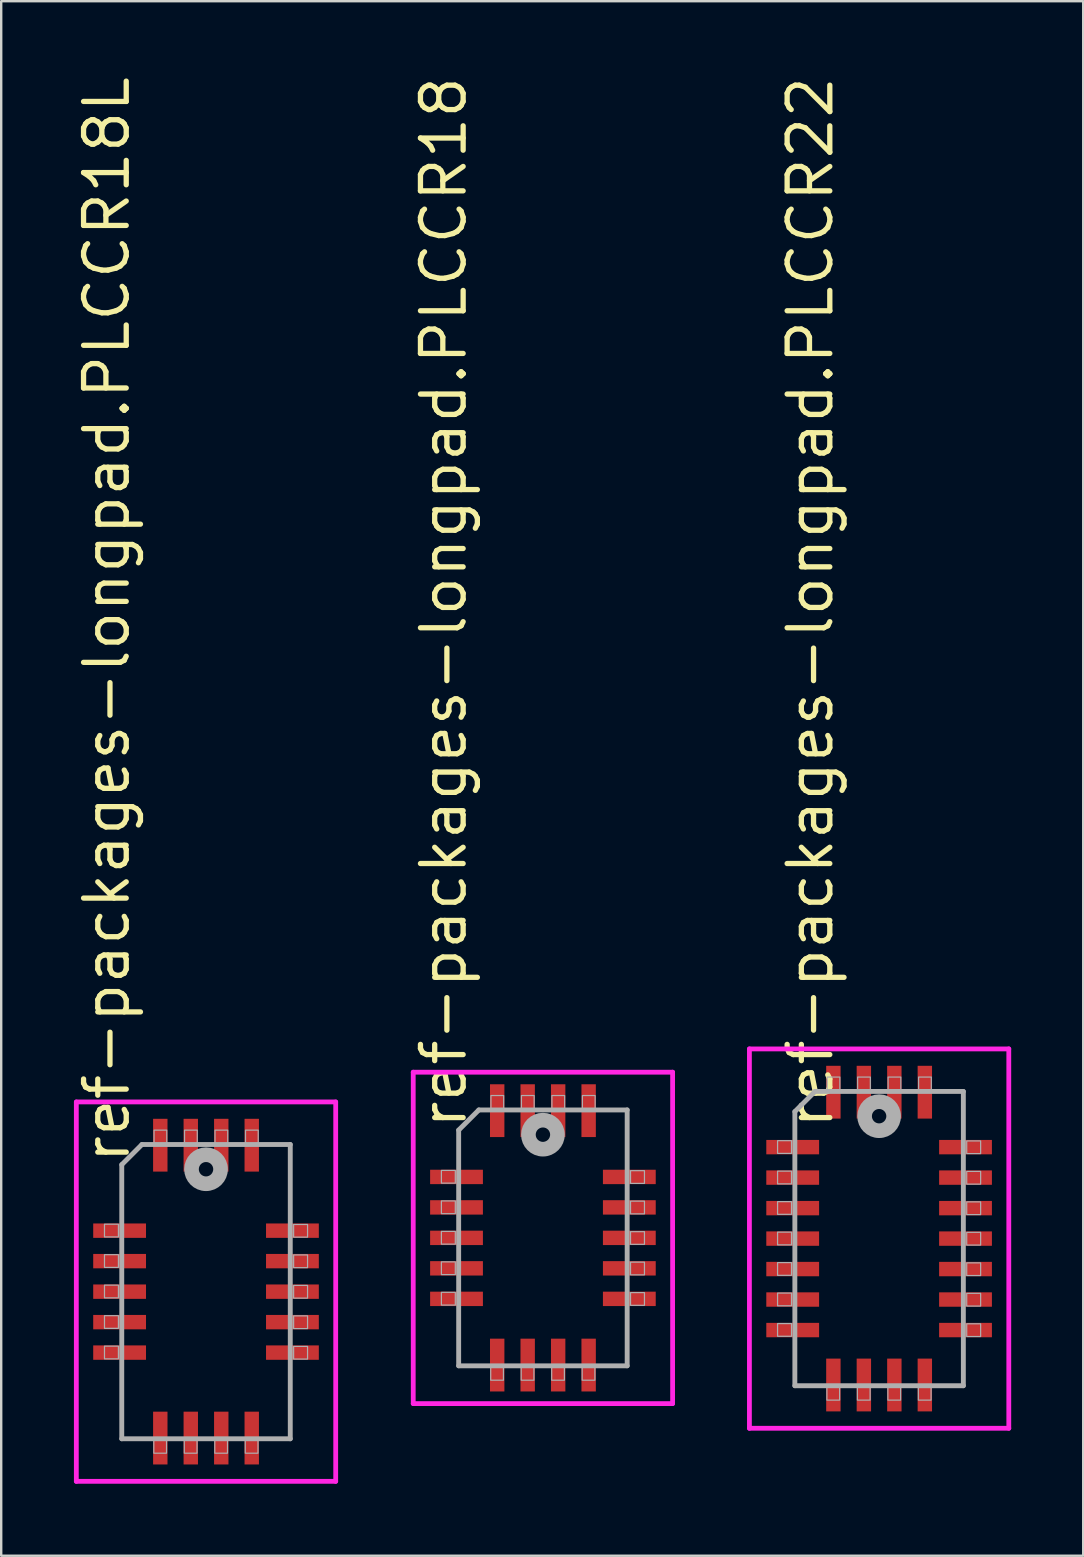
<source format=kicad_pcb>
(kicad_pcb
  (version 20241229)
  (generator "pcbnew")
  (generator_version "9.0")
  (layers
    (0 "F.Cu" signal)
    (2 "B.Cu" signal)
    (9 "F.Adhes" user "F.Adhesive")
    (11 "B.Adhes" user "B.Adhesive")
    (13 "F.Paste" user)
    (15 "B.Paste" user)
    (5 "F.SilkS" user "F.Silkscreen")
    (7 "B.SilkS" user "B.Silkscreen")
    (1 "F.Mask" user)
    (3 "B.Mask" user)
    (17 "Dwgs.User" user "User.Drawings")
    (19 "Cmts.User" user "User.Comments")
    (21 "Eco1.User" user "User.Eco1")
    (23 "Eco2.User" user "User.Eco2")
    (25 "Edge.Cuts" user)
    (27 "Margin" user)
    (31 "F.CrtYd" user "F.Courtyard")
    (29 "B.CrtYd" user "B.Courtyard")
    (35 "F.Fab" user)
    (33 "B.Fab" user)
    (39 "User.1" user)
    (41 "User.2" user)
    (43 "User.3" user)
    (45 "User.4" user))
  (footprint "ref-packages-longpad.PLCCR18L"
    (layer "F.Cu")
    (at 5.533 50.762)
    (property "Reference" "ref-packages-longpad.PLCCR18L" (at -3.095 -5.245 270) (layer "F.SilkS") (effects (font (size 1.778 1.778) (thickness 0.22)) (justify left bottom)))
    (attr smd)
    (fp_line (start -5.403 -7.903) (end 5.403 -7.903) (stroke (width 0.2) (type default)) (layer "F.CrtYd"))
    (fp_line (start -5.403 7.903) (end -5.403 -7.903) (stroke (width 0.2) (type default)) (layer "F.CrtYd"))
    (fp_line (start 5.403 -7.903) (end 5.403 7.903) (stroke (width 0.2) (type default)) (layer "F.CrtYd"))
    (fp_line (start 5.403 7.903) (end -5.403 7.903) (stroke (width 0.2) (type default)) (layer "F.CrtYd"))
    (fp_line (start -3.51 -5.29) (end -3.51 6.13) (stroke (width 0.203) (type default)) (layer "F.Fab"))
    (fp_line (start -3.51 6.13) (end 3.51 6.13) (stroke (width 0.203) (type default)) (layer "F.Fab"))
    (fp_line (start -2.67 -6.13) (end -3.51 -5.29) (stroke (width 0.203) (type default)) (layer "F.Fab"))
    (fp_line (start 3.51 -6.13) (end -2.67 -6.13) (stroke (width 0.203) (type default)) (layer "F.Fab"))
    (fp_line (start 3.51 6.13) (end 3.51 -6.13) (stroke (width 0.203) (type default)) (layer "F.Fab"))
    (fp_rect (start -4.23 -2.28) (end -3.65 -2.81) (stroke (width 0.05) (type default)) (fill no) (layer "F.Fab"))
    (fp_rect (start -4.23 -1.01) (end -3.65 -1.54) (stroke (width 0.05) (type default)) (fill no) (layer "F.Fab"))
    (fp_rect (start -4.23 0.26) (end -3.65 -0.27) (stroke (width 0.05) (type default)) (fill no) (layer "F.Fab"))
    (fp_rect (start -4.23 1.53) (end -3.65 1) (stroke (width 0.05) (type default)) (fill no) (layer "F.Fab"))
    (fp_rect (start -4.23 2.8) (end -3.65 2.27) (stroke (width 0.05) (type default)) (fill no) (layer "F.Fab"))
    (fp_rect (start -2.175 6.73) (end -1.645 6.15) (stroke (width 0.05) (type default)) (fill no) (layer "F.Fab"))
    (fp_rect (start -2.165 -6.15) (end -1.635 -6.73) (stroke (width 0.05) (type default)) (fill no) (layer "F.Fab"))
    (fp_rect (start -0.905 6.73) (end -0.375 6.15) (stroke (width 0.05) (type default)) (fill no) (layer "F.Fab"))
    (fp_rect (start -0.895 -6.15) (end -0.365 -6.73) (stroke (width 0.05) (type default)) (fill no) (layer "F.Fab"))
    (fp_rect (start 0.365 6.73) (end 0.895 6.15) (stroke (width 0.05) (type default)) (fill no) (layer "F.Fab"))
    (fp_rect (start 0.375 -6.15) (end 0.905 -6.73) (stroke (width 0.05) (type default)) (fill no) (layer "F.Fab"))
    (fp_rect (start 1.635 6.73) (end 2.165 6.15) (stroke (width 0.05) (type default)) (fill no) (layer "F.Fab"))
    (fp_rect (start 1.645 -6.15) (end 2.175 -6.73) (stroke (width 0.05) (type default)) (fill no) (layer "F.Fab"))
    (fp_rect (start 3.65 -2.27) (end 4.23 -2.8) (stroke (width 0.05) (type default)) (fill no) (layer "F.Fab"))
    (fp_rect (start 3.65 -1) (end 4.23 -1.53) (stroke (width 0.05) (type default)) (fill no) (layer "F.Fab"))
    (fp_rect (start 3.65 0.27) (end 4.23 -0.26) (stroke (width 0.05) (type default)) (fill no) (layer "F.Fab"))
    (fp_rect (start 3.65 1.54) (end 4.23 1.01) (stroke (width 0.05) (type default)) (fill no) (layer "F.Fab"))
    (fp_rect (start 3.65 2.81) (end 4.23 2.28) (stroke (width 0.05) (type default)) (fill no) (layer "F.Fab"))
    (fp_circle (center 0 -5.1) (end 0.3 -5.1) (stroke (width 0.61) (type default)) (fill no) (layer "F.Fab"))
    (pad "1" smd roundrect (at -0.635 -6.1) (size 0.6 2.2) (layers "F.Cu" "F.Mask" "F.Paste") (roundrect_rratio 0.01))
    (pad "2" smd roundrect (at -1.905 -6.1) (size 0.6 2.2) (layers "F.Cu" "F.Mask" "F.Paste") (roundrect_rratio 0.01))
    (pad "3" smd roundrect (at -3.6 -2.54) (size 2.2 0.6) (layers "F.Cu" "F.Mask" "F.Paste") (roundrect_rratio 0.01))
    (pad "4" smd roundrect (at -3.6 -1.27) (size 2.2 0.6) (layers "F.Cu" "F.Mask" "F.Paste") (roundrect_rratio 0.01))
    (pad "5" smd roundrect (at -3.6 0) (size 2.2 0.6) (layers "F.Cu" "F.Mask" "F.Paste") (roundrect_rratio 0.01))
    (pad "6" smd roundrect (at -3.6 1.27) (size 2.2 0.6) (layers "F.Cu" "F.Mask" "F.Paste") (roundrect_rratio 0.01))
    (pad "7" smd roundrect (at -3.6 2.54) (size 2.2 0.6) (layers "F.Cu" "F.Mask" "F.Paste") (roundrect_rratio 0.01))
    (pad "8" smd roundrect (at -1.905 6.1) (size 0.6 2.2) (layers "F.Cu" "F.Mask" "F.Paste") (roundrect_rratio 0.01))
    (pad "9" smd roundrect (at -0.635 6.1) (size 0.6 2.2) (layers "F.Cu" "F.Mask" "F.Paste") (roundrect_rratio 0.01))
    (pad "10" smd roundrect (at 0.635 6.1) (size 0.6 2.2) (layers "F.Cu" "F.Mask" "F.Paste") (roundrect_rratio 0.01))
    (pad "11" smd roundrect (at 1.905 6.1) (size 0.6 2.2) (layers "F.Cu" "F.Mask" "F.Paste") (roundrect_rratio 0.01))
    (pad "12" smd roundrect (at 3.6 2.54) (size 2.2 0.6) (layers "F.Cu" "F.Mask" "F.Paste") (roundrect_rratio 0.01))
    (pad "13" smd roundrect (at 3.6 1.27) (size 2.2 0.6) (layers "F.Cu" "F.Mask" "F.Paste") (roundrect_rratio 0.01))
    (pad "14" smd roundrect (at 3.6 0) (size 2.2 0.6) (layers "F.Cu" "F.Mask" "F.Paste") (roundrect_rratio 0.01))
    (pad "15" smd roundrect (at 3.6 -1.27) (size 2.2 0.6) (layers "F.Cu" "F.Mask" "F.Paste") (roundrect_rratio 0.01))
    (pad "16" smd roundrect (at 3.6 -2.54) (size 2.2 0.6) (layers "F.Cu" "F.Mask" "F.Paste") (roundrect_rratio 0.01))
    (pad "17" smd roundrect (at 1.905 -6.1) (size 0.6 2.2) (layers "F.Cu" "F.Mask" "F.Paste") (roundrect_rratio 0.01))
    (pad "18" smd roundrect (at 0.635 -6.1) (size 0.6 2.2) (layers "F.Cu" "F.Mask" "F.Paste") (roundrect_rratio 0.01)))
  (footprint "ref-packages-longpad.PLCCR18"
    (layer "F.Cu")
    (at 19.569 48.522)
    (property "Reference" "ref-packages-longpad.PLCCR18" (at -3.095 -4.445 270) (layer "F.SilkS") (effects (font (size 1.778 1.778) (thickness 0.22)) (justify left bottom)))
    (attr smd)
    (fp_line (start -5.403 -6.903) (end 5.403 -6.903) (stroke (width 0.2) (type default)) (layer "F.CrtYd"))
    (fp_line (start -5.403 6.903) (end -5.403 -6.903) (stroke (width 0.2) (type default)) (layer "F.CrtYd"))
    (fp_line (start 5.403 -6.903) (end 5.403 6.903) (stroke (width 0.2) (type default)) (layer "F.CrtYd"))
    (fp_line (start 5.403 6.903) (end -5.403 6.903) (stroke (width 0.2) (type default)) (layer "F.CrtYd"))
    (fp_line (start -3.51 -4.49) (end -3.51 5.33) (stroke (width 0.203) (type default)) (layer "F.Fab"))
    (fp_line (start -3.51 5.33) (end 3.51 5.33) (stroke (width 0.203) (type default)) (layer "F.Fab"))
    (fp_line (start -2.67 -5.33) (end -3.51 -4.49) (stroke (width 0.203) (type default)) (layer "F.Fab"))
    (fp_line (start 3.51 -5.33) (end -2.67 -5.33) (stroke (width 0.203) (type default)) (layer "F.Fab"))
    (fp_line (start 3.51 5.33) (end 3.51 -5.33) (stroke (width 0.203) (type default)) (layer "F.Fab"))
    (fp_rect (start -4.23 -2.28) (end -3.65 -2.81) (stroke (width 0.05) (type default)) (fill no) (layer "F.Fab"))
    (fp_rect (start -4.23 -1.01) (end -3.65 -1.54) (stroke (width 0.05) (type default)) (fill no) (layer "F.Fab"))
    (fp_rect (start -4.23 0.26) (end -3.65 -0.27) (stroke (width 0.05) (type default)) (fill no) (layer "F.Fab"))
    (fp_rect (start -4.23 1.53) (end -3.65 1) (stroke (width 0.05) (type default)) (fill no) (layer "F.Fab"))
    (fp_rect (start -4.23 2.8) (end -3.65 2.27) (stroke (width 0.05) (type default)) (fill no) (layer "F.Fab"))
    (fp_rect (start -2.175 5.93) (end -1.645 5.35) (stroke (width 0.05) (type default)) (fill no) (layer "F.Fab"))
    (fp_rect (start -2.165 -5.35) (end -1.635 -5.93) (stroke (width 0.05) (type default)) (fill no) (layer "F.Fab"))
    (fp_rect (start -0.905 5.93) (end -0.375 5.35) (stroke (width 0.05) (type default)) (fill no) (layer "F.Fab"))
    (fp_rect (start -0.895 -5.35) (end -0.365 -5.93) (stroke (width 0.05) (type default)) (fill no) (layer "F.Fab"))
    (fp_rect (start 0.365 5.93) (end 0.895 5.35) (stroke (width 0.05) (type default)) (fill no) (layer "F.Fab"))
    (fp_rect (start 0.375 -5.35) (end 0.905 -5.93) (stroke (width 0.05) (type default)) (fill no) (layer "F.Fab"))
    (fp_rect (start 1.635 5.93) (end 2.165 5.35) (stroke (width 0.05) (type default)) (fill no) (layer "F.Fab"))
    (fp_rect (start 1.645 -5.35) (end 2.175 -5.93) (stroke (width 0.05) (type default)) (fill no) (layer "F.Fab"))
    (fp_rect (start 3.65 -2.27) (end 4.23 -2.8) (stroke (width 0.05) (type default)) (fill no) (layer "F.Fab"))
    (fp_rect (start 3.65 -1) (end 4.23 -1.53) (stroke (width 0.05) (type default)) (fill no) (layer "F.Fab"))
    (fp_rect (start 3.65 0.27) (end 4.23 -0.26) (stroke (width 0.05) (type default)) (fill no) (layer "F.Fab"))
    (fp_rect (start 3.65 1.54) (end 4.23 1.01) (stroke (width 0.05) (type default)) (fill no) (layer "F.Fab"))
    (fp_rect (start 3.65 2.81) (end 4.23 2.28) (stroke (width 0.05) (type default)) (fill no) (layer "F.Fab"))
    (fp_circle (center 0 -4.3) (end 0.3 -4.3) (stroke (width 0.61) (type default)) (fill no) (layer "F.Fab"))
    (pad "1" smd roundrect (at -0.635 -5.3) (size 0.6 2.2) (layers "F.Cu" "F.Mask" "F.Paste") (roundrect_rratio 0.01))
    (pad "2" smd roundrect (at -1.905 -5.3) (size 0.6 2.2) (layers "F.Cu" "F.Mask" "F.Paste") (roundrect_rratio 0.01))
    (pad "3" smd roundrect (at -3.6 -2.54) (size 2.2 0.6) (layers "F.Cu" "F.Mask" "F.Paste") (roundrect_rratio 0.01))
    (pad "4" smd roundrect (at -3.6 -1.27) (size 2.2 0.6) (layers "F.Cu" "F.Mask" "F.Paste") (roundrect_rratio 0.01))
    (pad "5" smd roundrect (at -3.6 0) (size 2.2 0.6) (layers "F.Cu" "F.Mask" "F.Paste") (roundrect_rratio 0.01))
    (pad "6" smd roundrect (at -3.6 1.27) (size 2.2 0.6) (layers "F.Cu" "F.Mask" "F.Paste") (roundrect_rratio 0.01))
    (pad "7" smd roundrect (at -3.6 2.54) (size 2.2 0.6) (layers "F.Cu" "F.Mask" "F.Paste") (roundrect_rratio 0.01))
    (pad "8" smd roundrect (at -1.905 5.3) (size 0.6 2.2) (layers "F.Cu" "F.Mask" "F.Paste") (roundrect_rratio 0.01))
    (pad "9" smd roundrect (at -0.635 5.3) (size 0.6 2.2) (layers "F.Cu" "F.Mask" "F.Paste") (roundrect_rratio 0.01))
    (pad "10" smd roundrect (at 0.635 5.3) (size 0.6 2.2) (layers "F.Cu" "F.Mask" "F.Paste") (roundrect_rratio 0.01))
    (pad "11" smd roundrect (at 1.905 5.3) (size 0.6 2.2) (layers "F.Cu" "F.Mask" "F.Paste") (roundrect_rratio 0.01))
    (pad "12" smd roundrect (at 3.6 2.54) (size 2.2 0.6) (layers "F.Cu" "F.Mask" "F.Paste") (roundrect_rratio 0.01))
    (pad "13" smd roundrect (at 3.6 1.27) (size 2.2 0.6) (layers "F.Cu" "F.Mask" "F.Paste") (roundrect_rratio 0.01))
    (pad "14" smd roundrect (at 3.6 0) (size 2.2 0.6) (layers "F.Cu" "F.Mask" "F.Paste") (roundrect_rratio 0.01))
    (pad "15" smd roundrect (at 3.6 -1.27) (size 2.2 0.6) (layers "F.Cu" "F.Mask" "F.Paste") (roundrect_rratio 0.01))
    (pad "16" smd roundrect (at 3.6 -2.54) (size 2.2 0.6) (layers "F.Cu" "F.Mask" "F.Paste") (roundrect_rratio 0.01))
    (pad "17" smd roundrect (at 1.905 -5.3) (size 0.6 2.2) (layers "F.Cu" "F.Mask" "F.Paste") (roundrect_rratio 0.01))
    (pad "18" smd roundrect (at 0.635 -5.3) (size 0.6 2.2) (layers "F.Cu" "F.Mask" "F.Paste") (roundrect_rratio 0.01)))
  (footprint "ref-packages-longpad.PLCCR22"
    (layer "F.Cu")
    (at 33.575 48.552)
    (property "Reference" "ref-packages-longpad.PLCCR22" (at -1.825 -4.475 270) (layer "F.SilkS") (effects (font (size 1.778 1.778) (thickness 0.22)) (justify left bottom)))
    (attr smd)
    (fp_line (start -5.403 -7.903) (end 5.403 -7.903) (stroke (width 0.2) (type default)) (layer "F.CrtYd"))
    (fp_line (start -5.403 7.903) (end -5.403 -7.903) (stroke (width 0.2) (type default)) (layer "F.CrtYd"))
    (fp_line (start 5.403 -7.903) (end 5.403 7.903) (stroke (width 0.2) (type default)) (layer "F.CrtYd"))
    (fp_line (start 5.403 7.903) (end -5.403 7.903) (stroke (width 0.2) (type default)) (layer "F.CrtYd"))
    (fp_line (start -3.51 -5.29) (end -3.51 6.13) (stroke (width 0.203) (type default)) (layer "F.Fab"))
    (fp_line (start -3.51 6.13) (end 3.51 6.13) (stroke (width 0.203) (type default)) (layer "F.Fab"))
    (fp_line (start -2.67 -6.13) (end -3.51 -5.29) (stroke (width 0.203) (type default)) (layer "F.Fab"))
    (fp_line (start 3.51 -6.13) (end -2.67 -6.13) (stroke (width 0.203) (type default)) (layer "F.Fab"))
    (fp_line (start 3.51 6.13) (end 3.51 -6.13) (stroke (width 0.203) (type default)) (layer "F.Fab"))
    (fp_rect (start -4.23 -3.55) (end -3.65 -4.08) (stroke (width 0.05) (type default)) (fill no) (layer "F.Fab"))
    (fp_rect (start -4.23 -2.28) (end -3.65 -2.81) (stroke (width 0.05) (type default)) (fill no) (layer "F.Fab"))
    (fp_rect (start -4.23 -1.01) (end -3.65 -1.54) (stroke (width 0.05) (type default)) (fill no) (layer "F.Fab"))
    (fp_rect (start -4.23 0.26) (end -3.65 -0.27) (stroke (width 0.05) (type default)) (fill no) (layer "F.Fab"))
    (fp_rect (start -4.23 1.53) (end -3.65 1) (stroke (width 0.05) (type default)) (fill no) (layer "F.Fab"))
    (fp_rect (start -4.23 2.8) (end -3.65 2.27) (stroke (width 0.05) (type default)) (fill no) (layer "F.Fab"))
    (fp_rect (start -4.23 4.07) (end -3.65 3.54) (stroke (width 0.05) (type default)) (fill no) (layer "F.Fab"))
    (fp_rect (start -2.175 6.73) (end -1.645 6.15) (stroke (width 0.05) (type default)) (fill no) (layer "F.Fab"))
    (fp_rect (start -2.165 -6.15) (end -1.635 -6.73) (stroke (width 0.05) (type default)) (fill no) (layer "F.Fab"))
    (fp_rect (start -0.905 6.73) (end -0.375 6.15) (stroke (width 0.05) (type default)) (fill no) (layer "F.Fab"))
    (fp_rect (start -0.895 -6.15) (end -0.365 -6.73) (stroke (width 0.05) (type default)) (fill no) (layer "F.Fab"))
    (fp_rect (start 0.365 6.73) (end 0.895 6.15) (stroke (width 0.05) (type default)) (fill no) (layer "F.Fab"))
    (fp_rect (start 0.375 -6.15) (end 0.905 -6.73) (stroke (width 0.05) (type default)) (fill no) (layer "F.Fab"))
    (fp_rect (start 1.635 6.73) (end 2.165 6.15) (stroke (width 0.05) (type default)) (fill no) (layer "F.Fab"))
    (fp_rect (start 1.645 -6.15) (end 2.175 -6.73) (stroke (width 0.05) (type default)) (fill no) (layer "F.Fab"))
    (fp_rect (start 3.65 -3.54) (end 4.23 -4.07) (stroke (width 0.05) (type default)) (fill no) (layer "F.Fab"))
    (fp_rect (start 3.65 -2.27) (end 4.23 -2.8) (stroke (width 0.05) (type default)) (fill no) (layer "F.Fab"))
    (fp_rect (start 3.65 -1) (end 4.23 -1.53) (stroke (width 0.05) (type default)) (fill no) (layer "F.Fab"))
    (fp_rect (start 3.65 0.27) (end 4.23 -0.26) (stroke (width 0.05) (type default)) (fill no) (layer "F.Fab"))
    (fp_rect (start 3.65 1.54) (end 4.23 1.01) (stroke (width 0.05) (type default)) (fill no) (layer "F.Fab"))
    (fp_rect (start 3.65 2.81) (end 4.23 2.28) (stroke (width 0.05) (type default)) (fill no) (layer "F.Fab"))
    (fp_rect (start 3.65 4.08) (end 4.23 3.55) (stroke (width 0.05) (type default)) (fill no) (layer "F.Fab"))
    (fp_circle (center 0 -5.1) (end 0.3 -5.1) (stroke (width 0.61) (type default)) (fill no) (layer "F.Fab"))
    (pad "1" smd roundrect (at -0.635 -6.1) (size 0.6 2.2) (layers "F.Cu" "F.Mask" "F.Paste") (roundrect_rratio 0.01))
    (pad "2" smd roundrect (at -1.905 -6.1) (size 0.6 2.2) (layers "F.Cu" "F.Mask" "F.Paste") (roundrect_rratio 0.01))
    (pad "3" smd roundrect (at -3.6 -3.81) (size 2.2 0.6) (layers "F.Cu" "F.Mask" "F.Paste") (roundrect_rratio 0.01))
    (pad "4" smd roundrect (at -3.6 -2.54) (size 2.2 0.6) (layers "F.Cu" "F.Mask" "F.Paste") (roundrect_rratio 0.01))
    (pad "5" smd roundrect (at -3.6 -1.27) (size 2.2 0.6) (layers "F.Cu" "F.Mask" "F.Paste") (roundrect_rratio 0.01))
    (pad "6" smd roundrect (at -3.6 0) (size 2.2 0.6) (layers "F.Cu" "F.Mask" "F.Paste") (roundrect_rratio 0.01))
    (pad "7" smd roundrect (at -3.6 1.27) (size 2.2 0.6) (layers "F.Cu" "F.Mask" "F.Paste") (roundrect_rratio 0.01))
    (pad "8" smd roundrect (at -3.6 2.54) (size 2.2 0.6) (layers "F.Cu" "F.Mask" "F.Paste") (roundrect_rratio 0.01))
    (pad "9" smd roundrect (at -3.6 3.81) (size 2.2 0.6) (layers "F.Cu" "F.Mask" "F.Paste") (roundrect_rratio 0.01))
    (pad "10" smd roundrect (at -1.905 6.1) (size 0.6 2.2) (layers "F.Cu" "F.Mask" "F.Paste") (roundrect_rratio 0.01))
    (pad "11" smd roundrect (at -0.635 6.1) (size 0.6 2.2) (layers "F.Cu" "F.Mask" "F.Paste") (roundrect_rratio 0.01))
    (pad "12" smd roundrect (at 0.635 6.1) (size 0.6 2.2) (layers "F.Cu" "F.Mask" "F.Paste") (roundrect_rratio 0.01))
    (pad "13" smd roundrect (at 1.905 6.1) (size 0.6 2.2) (layers "F.Cu" "F.Mask" "F.Paste") (roundrect_rratio 0.01))
    (pad "14" smd roundrect (at 3.6 3.81) (size 2.2 0.6) (layers "F.Cu" "F.Mask" "F.Paste") (roundrect_rratio 0.01))
    (pad "15" smd roundrect (at 3.6 2.54) (size 2.2 0.6) (layers "F.Cu" "F.Mask" "F.Paste") (roundrect_rratio 0.01))
    (pad "16" smd roundrect (at 3.6 1.27) (size 2.2 0.6) (layers "F.Cu" "F.Mask" "F.Paste") (roundrect_rratio 0.01))
    (pad "17" smd roundrect (at 3.6 0) (size 2.2 0.6) (layers "F.Cu" "F.Mask" "F.Paste") (roundrect_rratio 0.01))
    (pad "18" smd roundrect (at 3.6 -1.27) (size 2.2 0.6) (layers "F.Cu" "F.Mask" "F.Paste") (roundrect_rratio 0.01))
    (pad "19" smd roundrect (at 3.6 -2.54) (size 2.2 0.6) (layers "F.Cu" "F.Mask" "F.Paste") (roundrect_rratio 0.01))
    (pad "20" smd roundrect (at 3.6 -3.81) (size 2.2 0.6) (layers "F.Cu" "F.Mask" "F.Paste") (roundrect_rratio 0.01))
    (pad "21" smd roundrect (at 1.905 -6.1) (size 0.6 2.2) (layers "F.Cu" "F.Mask" "F.Paste") (roundrect_rratio 0.01))
    (pad "22" smd roundrect (at 0.635 -6.1) (size 0.6 2.2) (layers "F.Cu" "F.Mask" "F.Paste") (roundrect_rratio 0.01)))
  (gr_rect
    (start -3 -3)
    (end 42.078 61.764)
    (stroke (width 0.1) (type default))
    (fill no)
    (layer "Edge.Cuts")))
</source>
